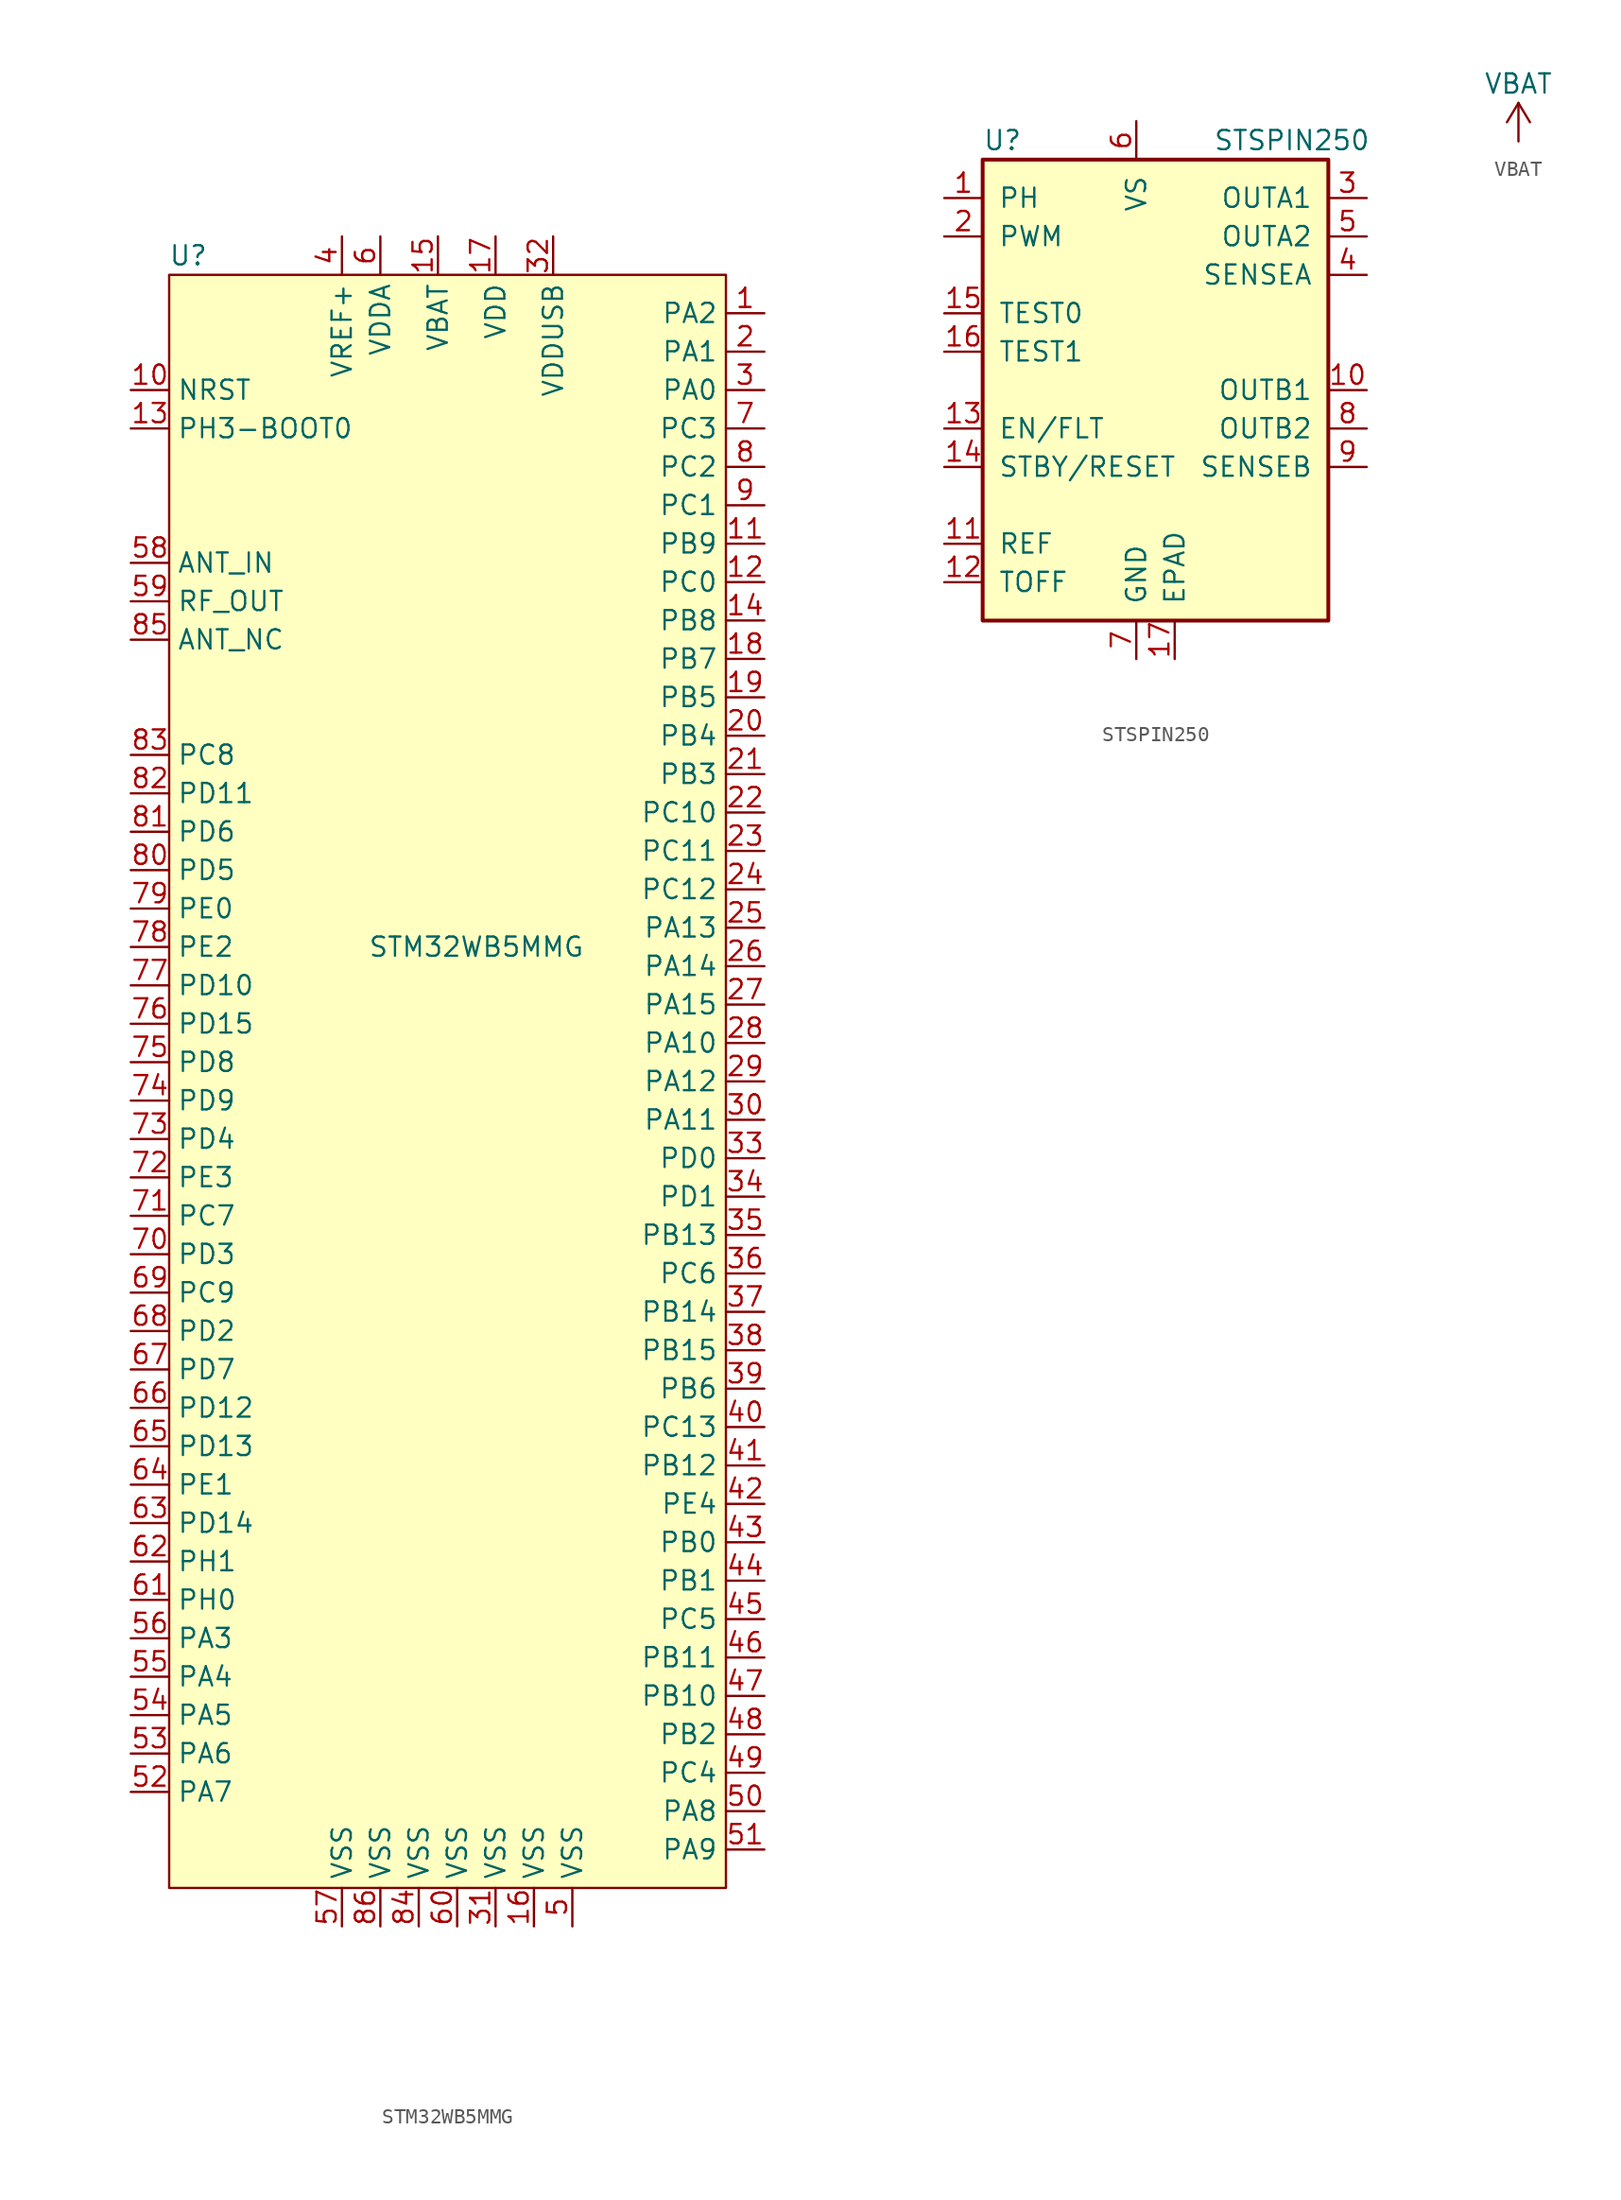
<source format=kicad_sym>
(kicad_symbol_lib
  (version 20211014)
  (generator kicad_symbol_editor)
  (symbol "STM32WB5MMG"
    (property "Reference" "U"
      (at 1.27 1.27 0)
      (effects (font (size 1.27 1.27))))
    (property "Value" "STM32WB5MMG"
      (at 20.32 -44.45 0)
      (effects (font (size 1.27 1.27))))
    (symbol "STM32WB5MMG_0_1"
      (rectangle (start 0 0) (end 36.83 -106.68) (stroke (width 0) (type default) (color 0 0 0 0)) (fill (type background))))
    (symbol "STM32WB5MMG_1_1"
      (pin unspecified line (at 39.37 -2.54 180) (length 2.54) (name "PA2" (effects (font (size 1.27 1.27)))) (number "1" (effects (font (size 1.27 1.27)))))
      (pin unspecified line (at -2.54 -7.62 0) (length 2.54) (name "NRST" (effects (font (size 1.27 1.27)))) (number "10" (effects (font (size 1.27 1.27)))))
      (pin unspecified line (at 39.37 -17.78 180) (length 2.54) (name "PB9" (effects (font (size 1.27 1.27)))) (number "11" (effects (font (size 1.27 1.27)))))
      (pin unspecified line (at 39.37 -20.32 180) (length 2.54) (name "PC0" (effects (font (size 1.27 1.27)))) (number "12" (effects (font (size 1.27 1.27)))))
      (pin unspecified line (at -2.54 -10.16 0) (length 2.54) (name "PH3-BOOT0" (effects (font (size 1.27 1.27)))) (number "13" (effects (font (size 1.27 1.27)))))
      (pin unspecified line (at 39.37 -22.86 180) (length 2.54) (name "PB8" (effects (font (size 1.27 1.27)))) (number "14" (effects (font (size 1.27 1.27)))))
      (pin unspecified line (at 17.78 2.54 270) (length 2.54) (name "VBAT" (effects (font (size 1.27 1.27)))) (number "15" (effects (font (size 1.27 1.27)))))
      (pin unspecified line (at 24.13 -109.22 90) (length 2.54) (name "VSS" (effects (font (size 1.27 1.27)))) (number "16" (effects (font (size 1.27 1.27)))))
      (pin unspecified line (at 21.59 2.54 270) (length 2.54) (name "VDD" (effects (font (size 1.27 1.27)))) (number "17" (effects (font (size 1.27 1.27)))))
      (pin unspecified line (at 39.37 -25.4 180) (length 2.54) (name "PB7" (effects (font (size 1.27 1.27)))) (number "18" (effects (font (size 1.27 1.27)))))
      (pin unspecified line (at 39.37 -27.94 180) (length 2.54) (name "PB5" (effects (font (size 1.27 1.27)))) (number "19" (effects (font (size 1.27 1.27)))))
      (pin unspecified line (at 39.37 -5.08 180) (length 2.54) (name "PA1" (effects (font (size 1.27 1.27)))) (number "2" (effects (font (size 1.27 1.27)))))
      (pin unspecified line (at 39.37 -30.48 180) (length 2.54) (name "PB4" (effects (font (size 1.27 1.27)))) (number "20" (effects (font (size 1.27 1.27)))))
      (pin unspecified line (at 39.37 -33.02 180) (length 2.54) (name "PB3" (effects (font (size 1.27 1.27)))) (number "21" (effects (font (size 1.27 1.27)))))
      (pin unspecified line (at 39.37 -35.56 180) (length 2.54) (name "PC10" (effects (font (size 1.27 1.27)))) (number "22" (effects (font (size 1.27 1.27)))))
      (pin unspecified line (at 39.37 -38.1 180) (length 2.54) (name "PC11" (effects (font (size 1.27 1.27)))) (number "23" (effects (font (size 1.27 1.27)))))
      (pin unspecified line (at 39.37 -40.64 180) (length 2.54) (name "PC12" (effects (font (size 1.27 1.27)))) (number "24" (effects (font (size 1.27 1.27)))))
      (pin unspecified line (at 39.37 -43.18 180) (length 2.54) (name "PA13" (effects (font (size 1.27 1.27)))) (number "25" (effects (font (size 1.27 1.27)))))
      (pin unspecified line (at 39.37 -45.72 180) (length 2.54) (name "PA14" (effects (font (size 1.27 1.27)))) (number "26" (effects (font (size 1.27 1.27)))))
      (pin unspecified line (at 39.37 -48.26 180) (length 2.54) (name "PA15" (effects (font (size 1.27 1.27)))) (number "27" (effects (font (size 1.27 1.27)))))
      (pin unspecified line (at 39.37 -50.8 180) (length 2.54) (name "PA10" (effects (font (size 1.27 1.27)))) (number "28" (effects (font (size 1.27 1.27)))))
      (pin unspecified line (at 39.37 -53.34 180) (length 2.54) (name "PA12" (effects (font (size 1.27 1.27)))) (number "29" (effects (font (size 1.27 1.27)))))
      (pin unspecified line (at 39.37 -7.62 180) (length 2.54) (name "PA0" (effects (font (size 1.27 1.27)))) (number "3" (effects (font (size 1.27 1.27)))))
      (pin unspecified line (at 39.37 -55.88 180) (length 2.54) (name "PA11" (effects (font (size 1.27 1.27)))) (number "30" (effects (font (size 1.27 1.27)))))
      (pin unspecified line (at 21.59 -109.22 90) (length 2.54) (name "VSS" (effects (font (size 1.27 1.27)))) (number "31" (effects (font (size 1.27 1.27)))))
      (pin unspecified line (at 25.4 2.54 270) (length 2.54) (name "VDDUSB" (effects (font (size 1.27 1.27)))) (number "32" (effects (font (size 1.27 1.27)))))
      (pin unspecified line (at 39.37 -58.42 180) (length 2.54) (name "PD0" (effects (font (size 1.27 1.27)))) (number "33" (effects (font (size 1.27 1.27)))))
      (pin unspecified line (at 39.37 -60.96 180) (length 2.54) (name "PD1" (effects (font (size 1.27 1.27)))) (number "34" (effects (font (size 1.27 1.27)))))
      (pin unspecified line (at 39.37 -63.5 180) (length 2.54) (name "PB13" (effects (font (size 1.27 1.27)))) (number "35" (effects (font (size 1.27 1.27)))))
      (pin unspecified line (at 39.37 -66.04 180) (length 2.54) (name "PC6" (effects (font (size 1.27 1.27)))) (number "36" (effects (font (size 1.27 1.27)))))
      (pin unspecified line (at 39.37 -68.58 180) (length 2.54) (name "PB14" (effects (font (size 1.27 1.27)))) (number "37" (effects (font (size 1.27 1.27)))))
      (pin unspecified line (at 39.37 -71.12 180) (length 2.54) (name "PB15" (effects (font (size 1.27 1.27)))) (number "38" (effects (font (size 1.27 1.27)))))
      (pin unspecified line (at 39.37 -73.66 180) (length 2.54) (name "PB6" (effects (font (size 1.27 1.27)))) (number "39" (effects (font (size 1.27 1.27)))))
      (pin unspecified line (at 11.43 2.54 270) (length 2.54) (name "VREF+" (effects (font (size 1.27 1.27)))) (number "4" (effects (font (size 1.27 1.27)))))
      (pin unspecified line (at 39.37 -76.2 180) (length 2.54) (name "PC13" (effects (font (size 1.27 1.27)))) (number "40" (effects (font (size 1.27 1.27)))))
      (pin unspecified line (at 39.37 -78.74 180) (length 2.54) (name "PB12" (effects (font (size 1.27 1.27)))) (number "41" (effects (font (size 1.27 1.27)))))
      (pin unspecified line (at 39.37 -81.28 180) (length 2.54) (name "PE4" (effects (font (size 1.27 1.27)))) (number "42" (effects (font (size 1.27 1.27)))))
      (pin unspecified line (at 39.37 -83.82 180) (length 2.54) (name "PB0" (effects (font (size 1.27 1.27)))) (number "43" (effects (font (size 1.27 1.27)))))
      (pin unspecified line (at 39.37 -86.36 180) (length 2.54) (name "PB1" (effects (font (size 1.27 1.27)))) (number "44" (effects (font (size 1.27 1.27)))))
      (pin unspecified line (at 39.37 -88.9 180) (length 2.54) (name "PC5" (effects (font (size 1.27 1.27)))) (number "45" (effects (font (size 1.27 1.27)))))
      (pin unspecified line (at 39.37 -91.44 180) (length 2.54) (name "PB11" (effects (font (size 1.27 1.27)))) (number "46" (effects (font (size 1.27 1.27)))))
      (pin unspecified line (at 39.37 -93.98 180) (length 2.54) (name "PB10" (effects (font (size 1.27 1.27)))) (number "47" (effects (font (size 1.27 1.27)))))
      (pin unspecified line (at 39.37 -96.52 180) (length 2.54) (name "PB2" (effects (font (size 1.27 1.27)))) (number "48" (effects (font (size 1.27 1.27)))))
      (pin unspecified line (at 39.37 -99.06 180) (length 2.54) (name "PC4" (effects (font (size 1.27 1.27)))) (number "49" (effects (font (size 1.27 1.27)))))
      (pin unspecified line (at 26.67 -109.22 90) (length 2.54) (name "VSS" (effects (font (size 1.27 1.27)))) (number "5" (effects (font (size 1.27 1.27)))))
      (pin unspecified line (at 39.37 -101.6 180) (length 2.54) (name "PA8" (effects (font (size 1.27 1.27)))) (number "50" (effects (font (size 1.27 1.27)))))
      (pin unspecified line (at 39.37 -104.14 180) (length 2.54) (name "PA9" (effects (font (size 1.27 1.27)))) (number "51" (effects (font (size 1.27 1.27)))))
      (pin unspecified line (at -2.54 -100.33 0) (length 2.54) (name "PA7" (effects (font (size 1.27 1.27)))) (number "52" (effects (font (size 1.27 1.27)))))
      (pin unspecified line (at -2.54 -97.79 0) (length 2.54) (name "PA6" (effects (font (size 1.27 1.27)))) (number "53" (effects (font (size 1.27 1.27)))))
      (pin unspecified line (at -2.54 -95.25 0) (length 2.54) (name "PA5" (effects (font (size 1.27 1.27)))) (number "54" (effects (font (size 1.27 1.27)))))
      (pin unspecified line (at -2.54 -92.71 0) (length 2.54) (name "PA4" (effects (font (size 1.27 1.27)))) (number "55" (effects (font (size 1.27 1.27)))))
      (pin unspecified line (at -2.54 -90.17 0) (length 2.54) (name "PA3" (effects (font (size 1.27 1.27)))) (number "56" (effects (font (size 1.27 1.27)))))
      (pin unspecified line (at 11.43 -109.22 90) (length 2.54) (name "VSS" (effects (font (size 1.27 1.27)))) (number "57" (effects (font (size 1.27 1.27)))))
      (pin unspecified line (at -2.54 -19.05 0) (length 2.54) (name "ANT_IN" (effects (font (size 1.27 1.27)))) (number "58" (effects (font (size 1.27 1.27)))))
      (pin unspecified line (at -2.54 -21.59 0) (length 2.54) (name "RF_OUT" (effects (font (size 1.27 1.27)))) (number "59" (effects (font (size 1.27 1.27)))))
      (pin unspecified line (at 13.97 2.54 270) (length 2.54) (name "VDDA" (effects (font (size 1.27 1.27)))) (number "6" (effects (font (size 1.27 1.27)))))
      (pin unspecified line (at 19.05 -109.22 90) (length 2.54) (name "VSS" (effects (font (size 1.27 1.27)))) (number "60" (effects (font (size 1.27 1.27)))))
      (pin unspecified line (at -2.54 -87.63 0) (length 2.54) (name "PH0" (effects (font (size 1.27 1.27)))) (number "61" (effects (font (size 1.27 1.27)))))
      (pin unspecified line (at -2.54 -85.09 0) (length 2.54) (name "PH1" (effects (font (size 1.27 1.27)))) (number "62" (effects (font (size 1.27 1.27)))))
      (pin unspecified line (at -2.54 -82.55 0) (length 2.54) (name "PD14" (effects (font (size 1.27 1.27)))) (number "63" (effects (font (size 1.27 1.27)))))
      (pin unspecified line (at -2.54 -80.01 0) (length 2.54) (name "PE1" (effects (font (size 1.27 1.27)))) (number "64" (effects (font (size 1.27 1.27)))))
      (pin unspecified line (at -2.54 -77.47 0) (length 2.54) (name "PD13" (effects (font (size 1.27 1.27)))) (number "65" (effects (font (size 1.27 1.27)))))
      (pin unspecified line (at -2.54 -74.93 0) (length 2.54) (name "PD12" (effects (font (size 1.27 1.27)))) (number "66" (effects (font (size 1.27 1.27)))))
      (pin unspecified line (at -2.54 -72.39 0) (length 2.54) (name "PD7" (effects (font (size 1.27 1.27)))) (number "67" (effects (font (size 1.27 1.27)))))
      (pin unspecified line (at -2.54 -69.85 0) (length 2.54) (name "PD2" (effects (font (size 1.27 1.27)))) (number "68" (effects (font (size 1.27 1.27)))))
      (pin unspecified line (at -2.54 -67.31 0) (length 2.54) (name "PC9" (effects (font (size 1.27 1.27)))) (number "69" (effects (font (size 1.27 1.27)))))
      (pin unspecified line (at 39.37 -10.16 180) (length 2.54) (name "PC3" (effects (font (size 1.27 1.27)))) (number "7" (effects (font (size 1.27 1.27)))))
      (pin unspecified line (at -2.54 -64.77 0) (length 2.54) (name "PD3" (effects (font (size 1.27 1.27)))) (number "70" (effects (font (size 1.27 1.27)))))
      (pin unspecified line (at -2.54 -62.23 0) (length 2.54) (name "PC7" (effects (font (size 1.27 1.27)))) (number "71" (effects (font (size 1.27 1.27)))))
      (pin unspecified line (at -2.54 -59.69 0) (length 2.54) (name "PE3" (effects (font (size 1.27 1.27)))) (number "72" (effects (font (size 1.27 1.27)))))
      (pin unspecified line (at -2.54 -57.15 0) (length 2.54) (name "PD4" (effects (font (size 1.27 1.27)))) (number "73" (effects (font (size 1.27 1.27)))))
      (pin unspecified line (at -2.54 -54.61 0) (length 2.54) (name "PD9" (effects (font (size 1.27 1.27)))) (number "74" (effects (font (size 1.27 1.27)))))
      (pin unspecified line (at -2.54 -52.07 0) (length 2.54) (name "PD8" (effects (font (size 1.27 1.27)))) (number "75" (effects (font (size 1.27 1.27)))))
      (pin unspecified line (at -2.54 -49.53 0) (length 2.54) (name "PD15" (effects (font (size 1.27 1.27)))) (number "76" (effects (font (size 1.27 1.27)))))
      (pin unspecified line (at -2.54 -46.99 0) (length 2.54) (name "PD10" (effects (font (size 1.27 1.27)))) (number "77" (effects (font (size 1.27 1.27)))))
      (pin unspecified line (at -2.54 -44.45 0) (length 2.54) (name "PE2" (effects (font (size 1.27 1.27)))) (number "78" (effects (font (size 1.27 1.27)))))
      (pin unspecified line (at -2.54 -41.91 0) (length 2.54) (name "PE0" (effects (font (size 1.27 1.27)))) (number "79" (effects (font (size 1.27 1.27)))))
      (pin unspecified line (at 39.37 -12.7 180) (length 2.54) (name "PC2" (effects (font (size 1.27 1.27)))) (number "8" (effects (font (size 1.27 1.27)))))
      (pin unspecified line (at -2.54 -39.37 0) (length 2.54) (name "PD5" (effects (font (size 1.27 1.27)))) (number "80" (effects (font (size 1.27 1.27)))))
      (pin unspecified line (at -2.54 -36.83 0) (length 2.54) (name "PD6" (effects (font (size 1.27 1.27)))) (number "81" (effects (font (size 1.27 1.27)))))
      (pin unspecified line (at -2.54 -34.29 0) (length 2.54) (name "PD11" (effects (font (size 1.27 1.27)))) (number "82" (effects (font (size 1.27 1.27)))))
      (pin unspecified line (at -2.54 -31.75 0) (length 2.54) (name "PC8" (effects (font (size 1.27 1.27)))) (number "83" (effects (font (size 1.27 1.27)))))
      (pin unspecified line (at 16.51 -109.22 90) (length 2.54) (name "VSS" (effects (font (size 1.27 1.27)))) (number "84" (effects (font (size 1.27 1.27)))))
      (pin unspecified line (at -2.54 -24.13 0) (length 2.54) (name "ANT_NC" (effects (font (size 1.27 1.27)))) (number "85" (effects (font (size 1.27 1.27)))))
      (pin unspecified line (at 13.97 -109.22 90) (length 2.54) (name "VSS" (effects (font (size 1.27 1.27)))) (number "86" (effects (font (size 1.27 1.27)))))
      (pin unspecified line (at 39.37 -15.24 180) (length 2.54) (name "PC1" (effects (font (size 1.27 1.27)))) (number "9" (effects (font (size 1.27 1.27)))))))
  (symbol "STSPIN250"
    (pin_names
      (offset 1.016))
    (property "Reference" "U"
      (at -10.16 16.51 0)
      (effects (font (size 1.27 1.27)) (justify left)))
    (property "Value" "STSPIN250"
      (at 5.08 16.51 0)
      (effects (font (size 1.27 1.27)) (justify left)))
    (symbol "STSPIN250_0_1"
      (rectangle (start -10.16 15.24) (end 12.7 -15.24) (stroke (width 0.254) (type default) (color 0 0 0 0)) (fill (type background))))
    (symbol "STSPIN250_1_1"
      (pin input line (at -12.7 12.7 0) (length 2.54) (name "PH" (effects (font (size 1.27 1.27)))) (number "1" (effects (font (size 1.27 1.27)))))
      (pin power_out line (at 15.24 0 180) (length 2.54) (name "OUTB1" (effects (font (size 1.27 1.27)))) (number "10" (effects (font (size 1.27 1.27)))))
      (pin input line (at -12.7 -10.16 0) (length 2.54) (name "REF" (effects (font (size 1.27 1.27)))) (number "11" (effects (font (size 1.27 1.27)))))
      (pin input line (at -12.7 -12.7 0) (length 2.54) (name "TOFF" (effects (font (size 1.27 1.27)))) (number "12" (effects (font (size 1.27 1.27)))))
      (pin bidirectional line (at -12.7 -2.54 0) (length 2.54) (name "EN/FLT" (effects (font (size 1.27 1.27)))) (number "13" (effects (font (size 1.27 1.27)))))
      (pin input line (at -12.7 -5.08 0) (length 2.54) (name "STBY/RESET" (effects (font (size 1.27 1.27)))) (number "14" (effects (font (size 1.27 1.27)))))
      (pin unspecified line (at -12.7 5.08 0) (length 2.54) (name "TEST0" (effects (font (size 1.27 1.27)))) (number "15" (effects (font (size 1.27 1.27)))))
      (pin unspecified line (at -12.7 2.54 0) (length 2.54) (name "TEST1" (effects (font (size 1.27 1.27)))) (number "16" (effects (font (size 1.27 1.27)))))
      (pin power_in line (at 2.54 -17.78 90) (length 2.54) (name "EPAD" (effects (font (size 1.27 1.27)))) (number "17" (effects (font (size 1.27 1.27)))))
      (pin input line (at -12.7 10.16 0) (length 2.54) (name "PWM" (effects (font (size 1.27 1.27)))) (number "2" (effects (font (size 1.27 1.27)))))
      (pin power_out line (at 15.24 12.7 180) (length 2.54) (name "OUTA1" (effects (font (size 1.27 1.27)))) (number "3" (effects (font (size 1.27 1.27)))))
      (pin power_out line (at 15.24 7.62 180) (length 2.54) (name "SENSEA" (effects (font (size 1.27 1.27)))) (number "4" (effects (font (size 1.27 1.27)))))
      (pin power_out line (at 15.24 10.16 180) (length 2.54) (name "OUTA2" (effects (font (size 1.27 1.27)))) (number "5" (effects (font (size 1.27 1.27)))))
      (pin power_in line (at 0 17.78 270) (length 2.54) (name "VS" (effects (font (size 1.27 1.27)))) (number "6" (effects (font (size 1.27 1.27)))))
      (pin power_in line (at 0 -17.78 90) (length 2.54) (name "GND" (effects (font (size 1.27 1.27)))) (number "7" (effects (font (size 1.27 1.27)))))
      (pin power_out line (at 15.24 -2.54 180) (length 2.54) (name "OUTB2" (effects (font (size 1.27 1.27)))) (number "8" (effects (font (size 1.27 1.27)))))
      (pin power_out line (at 15.24 -5.08 180) (length 2.54) (name "SENSEB" (effects (font (size 1.27 1.27)))) (number "9" (effects (font (size 1.27 1.27)))))))
  (symbol "VBAT"
    (power)
    (pin_names
      (offset 0))
    (property "Reference" "#PWR"
      (at 0 -3.81 0)
      (effects (font (size 1.27 1.27)) hide))
    (property "Value" "VBAT"
      (at 0 3.81 0)
      (effects (font (size 1.27 1.27))))
    (symbol "VBAT_0_1"
      (polyline (pts (xy -0.762 1.27) (xy 0 2.54)) (stroke (width 0) (type default) (color 0 0 0 0)) (fill (type none)))
      (polyline (pts (xy 0 0) (xy 0 2.54)) (stroke (width 0) (type default) (color 0 0 0 0)) (fill (type none)))
      (polyline (pts (xy 0 2.54) (xy 0.762 1.27)) (stroke (width 0) (type default) (color 0 0 0 0)) (fill (type none))))
    (symbol "VBAT_1_1"
      (pin power_in line (at 0 0 90) (length 0) hide (name "VCC" (effects (font (size 1.27 1.27)))) (number "1" (effects (font (size 1.27 1.27))))))))
</source>
